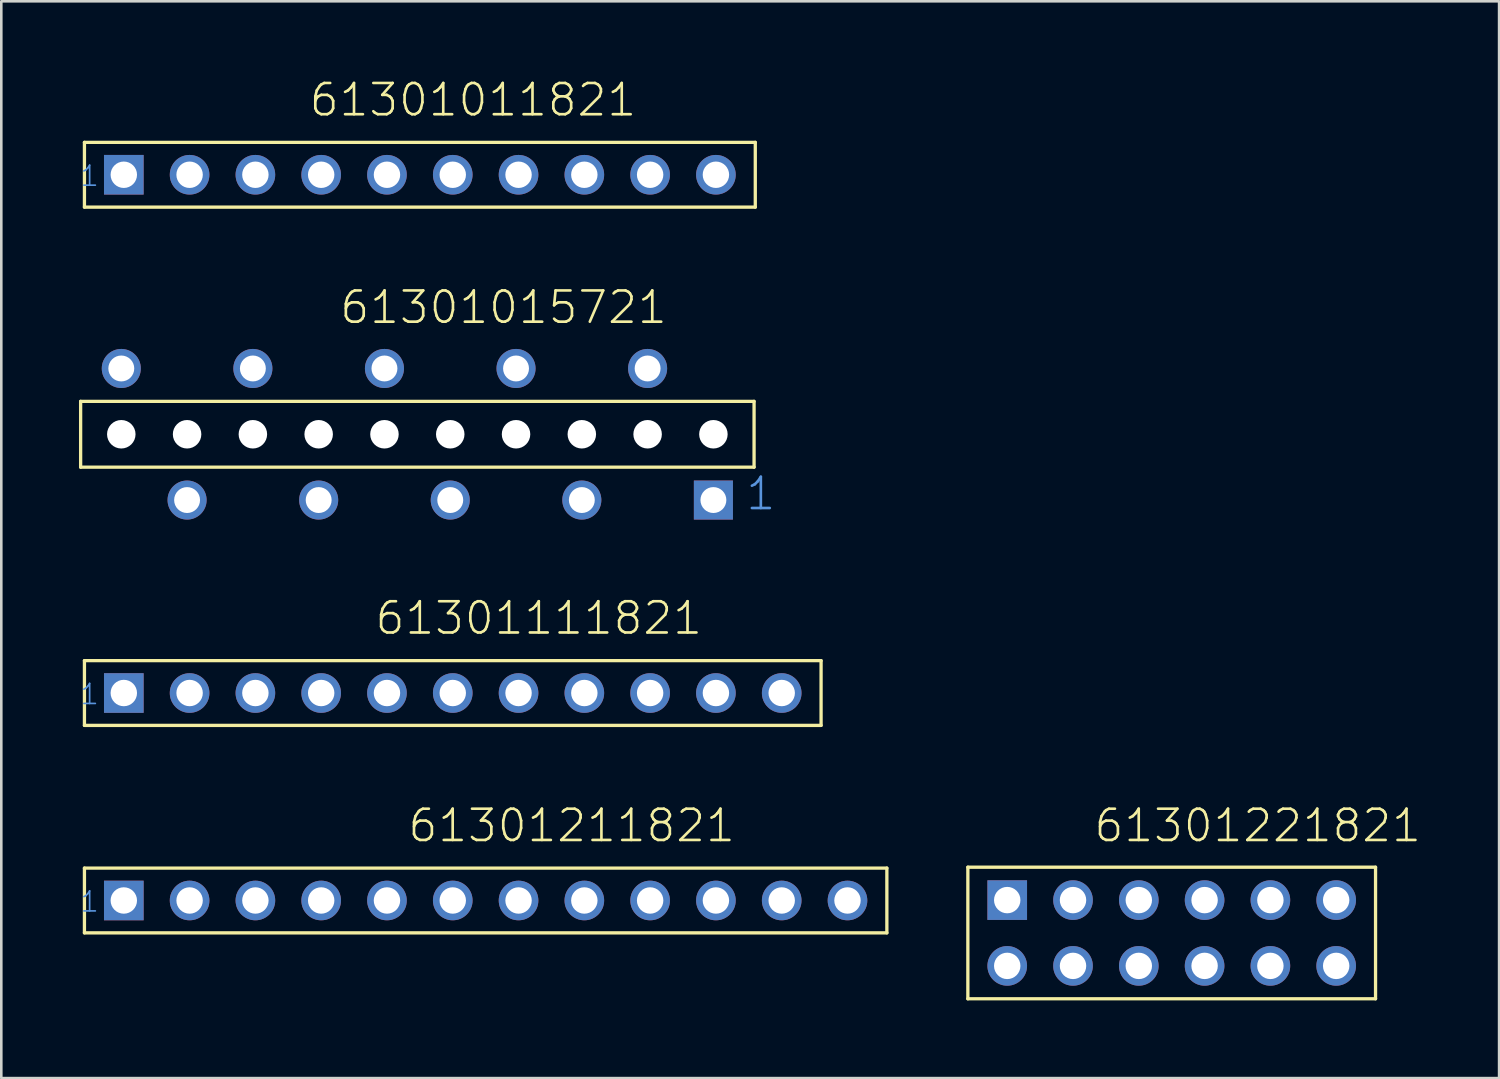
<source format=kicad_pcb>
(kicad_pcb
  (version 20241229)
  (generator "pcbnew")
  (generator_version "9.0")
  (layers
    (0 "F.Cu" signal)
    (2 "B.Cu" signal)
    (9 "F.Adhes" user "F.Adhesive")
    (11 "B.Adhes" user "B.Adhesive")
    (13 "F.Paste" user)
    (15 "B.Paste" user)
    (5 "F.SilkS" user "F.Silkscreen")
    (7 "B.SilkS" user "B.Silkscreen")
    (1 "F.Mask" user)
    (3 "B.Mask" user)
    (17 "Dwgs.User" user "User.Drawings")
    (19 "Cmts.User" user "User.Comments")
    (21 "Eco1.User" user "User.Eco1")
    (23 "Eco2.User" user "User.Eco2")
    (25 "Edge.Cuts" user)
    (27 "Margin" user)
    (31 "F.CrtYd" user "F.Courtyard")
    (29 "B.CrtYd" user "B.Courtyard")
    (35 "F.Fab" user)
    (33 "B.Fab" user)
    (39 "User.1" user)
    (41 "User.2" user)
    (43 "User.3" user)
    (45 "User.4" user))
  (footprint "61301011821"
    (layer "F.Cu")
    (at 13.16 3.697)
    (property "Reference" "61301011821" (at -4.333 -2.185 0) (layer "F.SilkS") (effects (font (size 1.206 1.206) (thickness 0.102)) (justify left bottom)))
    (attr through_hole)
    (fp_line (start -12.95 -1.25) (end -12.95 1.25) (stroke (width 0.127) (type solid)) (layer "F.SilkS"))
    (fp_line (start -12.95 1.25) (end 12.95 1.25) (stroke (width 0.127) (type solid)) (layer "F.SilkS"))
    (fp_line (start 12.95 -1.25) (end -12.95 -1.25) (stroke (width 0.127) (type solid)) (layer "F.SilkS"))
    (fp_line (start 12.95 1.25) (end 12.95 -1.25) (stroke (width 0.127) (type solid)) (layer "F.SilkS"))
    (fp_text user "1" (at -13.16 0.5 0) (layer "Cmts.User") (effects (font (size 0.772 0.772) (thickness 0.065)) (justify left bottom)))
    (pad "1" thru_hole rect (at -11.43 0) (size 1.53 1.53) (drill 1.02) (layers "*.Cu" "*.Mask"))
    (pad "2" thru_hole circle (at -8.89 0) (size 1.53 1.53) (drill 1.02) (layers "*.Cu" "*.Mask"))
    (pad "3" thru_hole circle (at -6.35 0) (size 1.53 1.53) (drill 1.02) (layers "*.Cu" "*.Mask"))
    (pad "4" thru_hole circle (at -3.81 0) (size 1.53 1.53) (drill 1.02) (layers "*.Cu" "*.Mask"))
    (pad "5" thru_hole circle (at -1.27 0) (size 1.53 1.53) (drill 1.02) (layers "*.Cu" "*.Mask"))
    (pad "6" thru_hole circle (at 1.27 0) (size 1.53 1.53) (drill 1.02) (layers "*.Cu" "*.Mask"))
    (pad "7" thru_hole circle (at 3.81 0) (size 1.53 1.53) (drill 1.02) (layers "*.Cu" "*.Mask"))
    (pad "8" thru_hole circle (at 6.35 0) (size 1.53 1.53) (drill 1.02) (layers "*.Cu" "*.Mask"))
    (pad "9" thru_hole circle (at 8.89 0) (size 1.53 1.53) (drill 1.02) (layers "*.Cu" "*.Mask"))
    (pad "10" thru_hole circle (at 11.43 0) (size 1.53 1.53) (drill 1.02) (layers "*.Cu" "*.Mask")))
  (footprint "61301111821"
    (layer "F.Cu")
    (at 14.43 23.706)
    (property "Reference" "61301111821" (at -3.063 -2.185 0) (layer "F.SilkS") (effects (font (size 1.206 1.206) (thickness 0.102)) (justify left bottom)))
    (attr through_hole)
    (fp_line (start -14.22 -1.25) (end -14.22 1.25) (stroke (width 0.127) (type solid)) (layer "F.SilkS"))
    (fp_line (start -14.22 1.25) (end 14.22 1.25) (stroke (width 0.127) (type solid)) (layer "F.SilkS"))
    (fp_line (start 14.22 -1.25) (end -14.22 -1.25) (stroke (width 0.127) (type solid)) (layer "F.SilkS"))
    (fp_line (start 14.22 1.25) (end 14.22 -1.25) (stroke (width 0.127) (type solid)) (layer "F.SilkS"))
    (fp_text user "1" (at -14.43 0.5 0) (layer "Cmts.User") (effects (font (size 0.772 0.772) (thickness 0.065)) (justify left bottom)))
    (pad "1" thru_hole rect (at -12.7 0) (size 1.53 1.53) (drill 1.02) (layers "*.Cu" "*.Mask"))
    (pad "2" thru_hole circle (at -10.16 0) (size 1.53 1.53) (drill 1.02) (layers "*.Cu" "*.Mask"))
    (pad "3" thru_hole circle (at -7.62 0) (size 1.53 1.53) (drill 1.02) (layers "*.Cu" "*.Mask"))
    (pad "4" thru_hole circle (at -5.08 0) (size 1.53 1.53) (drill 1.02) (layers "*.Cu" "*.Mask"))
    (pad "5" thru_hole circle (at -2.54 0) (size 1.53 1.53) (drill 1.02) (layers "*.Cu" "*.Mask"))
    (pad "6" thru_hole circle (at 0 0) (size 1.53 1.53) (drill 1.02) (layers "*.Cu" "*.Mask"))
    (pad "7" thru_hole circle (at 2.54 0) (size 1.53 1.53) (drill 1.02) (layers "*.Cu" "*.Mask"))
    (pad "8" thru_hole circle (at 5.08 0) (size 1.53 1.53) (drill 1.02) (layers "*.Cu" "*.Mask"))
    (pad "9" thru_hole circle (at 7.62 0) (size 1.53 1.53) (drill 1.02) (layers "*.Cu" "*.Mask"))
    (pad "10" thru_hole circle (at 10.16 0) (size 1.53 1.53) (drill 1.02) (layers "*.Cu" "*.Mask"))
    (pad "11" thru_hole circle (at 12.7 0) (size 1.53 1.53) (drill 1.02) (layers "*.Cu" "*.Mask")))
  (footprint "61301015721"
    (layer "F.Cu")
    (at 13.063 13.716)
    (property "Reference" "61301015721" (at -3.057 -4.194 0) (layer "F.SilkS") (effects (font (size 1.206 1.206) (thickness 0.102)) (justify left bottom)))
    (attr through_hole)
    (fp_line (start -13 -1.27) (end 13 -1.27) (stroke (width 0.127) (type solid)) (layer "F.SilkS"))
    (fp_line (start -13 1.27) (end -13 -1.27) (stroke (width 0.127) (type solid)) (layer "F.SilkS"))
    (fp_line (start 13 -1.27) (end 13 1.27) (stroke (width 0.127) (type solid)) (layer "F.SilkS"))
    (fp_line (start 13 1.27) (end -13 1.27) (stroke (width 0.127) (type solid)) (layer "F.SilkS"))
    (fp_text user "1" (at 12.62 3 0) (layer "Cmts.User") (effects (font (size 1.206 1.206) (thickness 0.102)) (justify left bottom)))
    (pad "" np_thru_hole circle (at -11.43 0) (size 1.1 1.1) (drill 1.1) (layers "*.Cu"))
    (pad "" np_thru_hole circle (at -8.89 0) (size 1.1 1.1) (drill 1.1) (layers "*.Cu"))
    (pad "" np_thru_hole circle (at -6.35 0) (size 1.1 1.1) (drill 1.1) (layers "*.Cu"))
    (pad "" np_thru_hole circle (at -3.81 0) (size 1.1 1.1) (drill 1.1) (layers "*.Cu"))
    (pad "" np_thru_hole circle (at -1.27 0) (size 1.1 1.1) (drill 1.1) (layers "*.Cu"))
    (pad "" np_thru_hole circle (at 1.27 0) (size 1.1 1.1) (drill 1.1) (layers "*.Cu"))
    (pad "" np_thru_hole circle (at 3.81 0) (size 1.1 1.1) (drill 1.1) (layers "*.Cu"))
    (pad "" np_thru_hole circle (at 6.35 0) (size 1.1 1.1) (drill 1.1) (layers "*.Cu"))
    (pad "" np_thru_hole circle (at 8.89 0) (size 1.1 1.1) (drill 1.1) (layers "*.Cu"))
    (pad "" np_thru_hole circle (at 11.43 0) (size 1.1 1.1) (drill 1.1) (layers "*.Cu"))
    (pad "1" thru_hole rect (at 11.43 2.54 180) (size 1.508 1.508) (drill 1) (layers "*.Cu" "*.Mask"))
    (pad "2" thru_hole circle (at 8.89 -2.54 180) (size 1.508 1.508) (drill 1) (layers "*.Cu" "*.Mask"))
    (pad "3" thru_hole circle (at 6.35 2.54 180) (size 1.508 1.508) (drill 1) (layers "*.Cu" "*.Mask"))
    (pad "4" thru_hole circle (at 3.81 -2.54 180) (size 1.508 1.508) (drill 1) (layers "*.Cu" "*.Mask"))
    (pad "5" thru_hole circle (at 1.27 2.54 180) (size 1.508 1.508) (drill 1) (layers "*.Cu" "*.Mask"))
    (pad "6" thru_hole circle (at -1.27 -2.54 180) (size 1.508 1.508) (drill 1) (layers "*.Cu" "*.Mask"))
    (pad "7" thru_hole circle (at -3.81 2.54 180) (size 1.508 1.508) (drill 1) (layers "*.Cu" "*.Mask"))
    (pad "8" thru_hole circle (at -6.35 -2.54 180) (size 1.508 1.508) (drill 1) (layers "*.Cu" "*.Mask"))
    (pad "9" thru_hole circle (at -8.89 2.54 180) (size 1.508 1.508) (drill 1) (layers "*.Cu" "*.Mask"))
    (pad "10" thru_hole circle (at -11.43 -2.54 180) (size 1.508 1.508) (drill 1) (layers "*.Cu" "*.Mask")))
  (footprint "61301211821"
    (layer "F.Cu")
    (at 15.7 31.716)
    (property "Reference" "61301211821" (at -3.063 -2.185 0) (layer "F.SilkS") (effects (font (size 1.206 1.206) (thickness 0.102)) (justify left bottom)))
    (attr through_hole)
    (fp_line (start -15.49 -1.25) (end -15.49 1.25) (stroke (width 0.127) (type solid)) (layer "F.SilkS"))
    (fp_line (start -15.49 1.25) (end 15.49 1.25) (stroke (width 0.127) (type solid)) (layer "F.SilkS"))
    (fp_line (start 15.49 -1.25) (end -15.49 -1.25) (stroke (width 0.127) (type solid)) (layer "F.SilkS"))
    (fp_line (start 15.49 1.25) (end 15.49 -1.25) (stroke (width 0.127) (type solid)) (layer "F.SilkS"))
    (fp_text user "1" (at -15.7 0.5 0) (layer "Cmts.User") (effects (font (size 0.772 0.772) (thickness 0.065)) (justify left bottom)))
    (pad "1" thru_hole rect (at -13.97 0) (size 1.53 1.53) (drill 1.02) (layers "*.Cu" "*.Mask"))
    (pad "2" thru_hole circle (at -11.43 0) (size 1.53 1.53) (drill 1.02) (layers "*.Cu" "*.Mask"))
    (pad "3" thru_hole circle (at -8.89 0) (size 1.53 1.53) (drill 1.02) (layers "*.Cu" "*.Mask"))
    (pad "4" thru_hole circle (at -6.35 0) (size 1.53 1.53) (drill 1.02) (layers "*.Cu" "*.Mask"))
    (pad "5" thru_hole circle (at -3.81 0) (size 1.53 1.53) (drill 1.02) (layers "*.Cu" "*.Mask"))
    (pad "6" thru_hole circle (at -1.27 0) (size 1.53 1.53) (drill 1.02) (layers "*.Cu" "*.Mask"))
    (pad "7" thru_hole circle (at 1.27 0) (size 1.53 1.53) (drill 1.02) (layers "*.Cu" "*.Mask"))
    (pad "8" thru_hole circle (at 3.81 0) (size 1.53 1.53) (drill 1.02) (layers "*.Cu" "*.Mask"))
    (pad "9" thru_hole circle (at 6.35 0) (size 1.53 1.53) (drill 1.02) (layers "*.Cu" "*.Mask"))
    (pad "10" thru_hole circle (at 8.89 0) (size 1.53 1.53) (drill 1.02) (layers "*.Cu" "*.Mask"))
    (pad "11" thru_hole circle (at 11.43 0) (size 1.53 1.53) (drill 1.02) (layers "*.Cu" "*.Mask"))
    (pad "12" thru_hole circle (at 13.97 0) (size 1.53 1.53) (drill 1.02) (layers "*.Cu" "*.Mask")))
  (footprint "61301221821"
    (layer "F.Cu")
    (at 42.187 32.971)
    (property "Reference" "61301221821" (at -3.063 -3.44 0) (layer "F.SilkS") (effects (font (size 1.206 1.206) (thickness 0.102)) (justify left bottom)))
    (attr through_hole)
    (fp_line (start -7.87 -2.54) (end -7.87 2.54) (stroke (width 0.127) (type solid)) (layer "F.SilkS"))
    (fp_line (start -7.87 2.54) (end 7.87 2.54) (stroke (width 0.127) (type solid)) (layer "F.SilkS"))
    (fp_line (start 7.87 -2.54) (end -7.87 -2.54) (stroke (width 0.127) (type solid)) (layer "F.SilkS"))
    (fp_line (start 7.87 2.54) (end 7.87 -2.54) (stroke (width 0.127) (type solid)) (layer "F.SilkS"))
    (fp_text user "1" (at -6.58 -1 0) (layer "Cmts.User") (effects (font (size 0.579 0.579) (thickness 0.049)) (justify left bottom)))
    (pad "1" thru_hole rect (at -6.35 -1.27) (size 1.53 1.53) (drill 1.02) (layers "*.Cu" "*.Mask"))
    (pad "2" thru_hole circle (at -3.81 -1.27) (size 1.53 1.53) (drill 1.02) (layers "*.Cu" "*.Mask"))
    (pad "3" thru_hole circle (at -1.27 -1.27) (size 1.53 1.53) (drill 1.02) (layers "*.Cu" "*.Mask"))
    (pad "4" thru_hole circle (at 1.27 -1.27) (size 1.53 1.53) (drill 1.02) (layers "*.Cu" "*.Mask"))
    (pad "5" thru_hole circle (at 3.81 -1.27) (size 1.53 1.53) (drill 1.02) (layers "*.Cu" "*.Mask"))
    (pad "6" thru_hole circle (at 6.35 -1.27) (size 1.53 1.53) (drill 1.02) (layers "*.Cu" "*.Mask"))
    (pad "7" thru_hole circle (at 6.35 1.27) (size 1.53 1.53) (drill 1.02) (layers "*.Cu" "*.Mask"))
    (pad "8" thru_hole circle (at 3.81 1.27) (size 1.53 1.53) (drill 1.02) (layers "*.Cu" "*.Mask"))
    (pad "9" thru_hole circle (at 1.27 1.27) (size 1.53 1.53) (drill 1.02) (layers "*.Cu" "*.Mask"))
    (pad "10" thru_hole circle (at -1.27 1.27) (size 1.53 1.53) (drill 1.02) (layers "*.Cu" "*.Mask"))
    (pad "11" thru_hole circle (at -3.81 1.27) (size 1.53 1.53) (drill 1.02) (layers "*.Cu" "*.Mask"))
    (pad "12" thru_hole circle (at -6.35 1.27) (size 1.53 1.53) (drill 1.02) (layers "*.Cu" "*.Mask")))
  (gr_rect
    (start -3 -3)
    (end 54.827 38.574)
    (stroke (width 0.1) (type default))
    (fill no)
    (layer "Edge.Cuts")))
</source>
